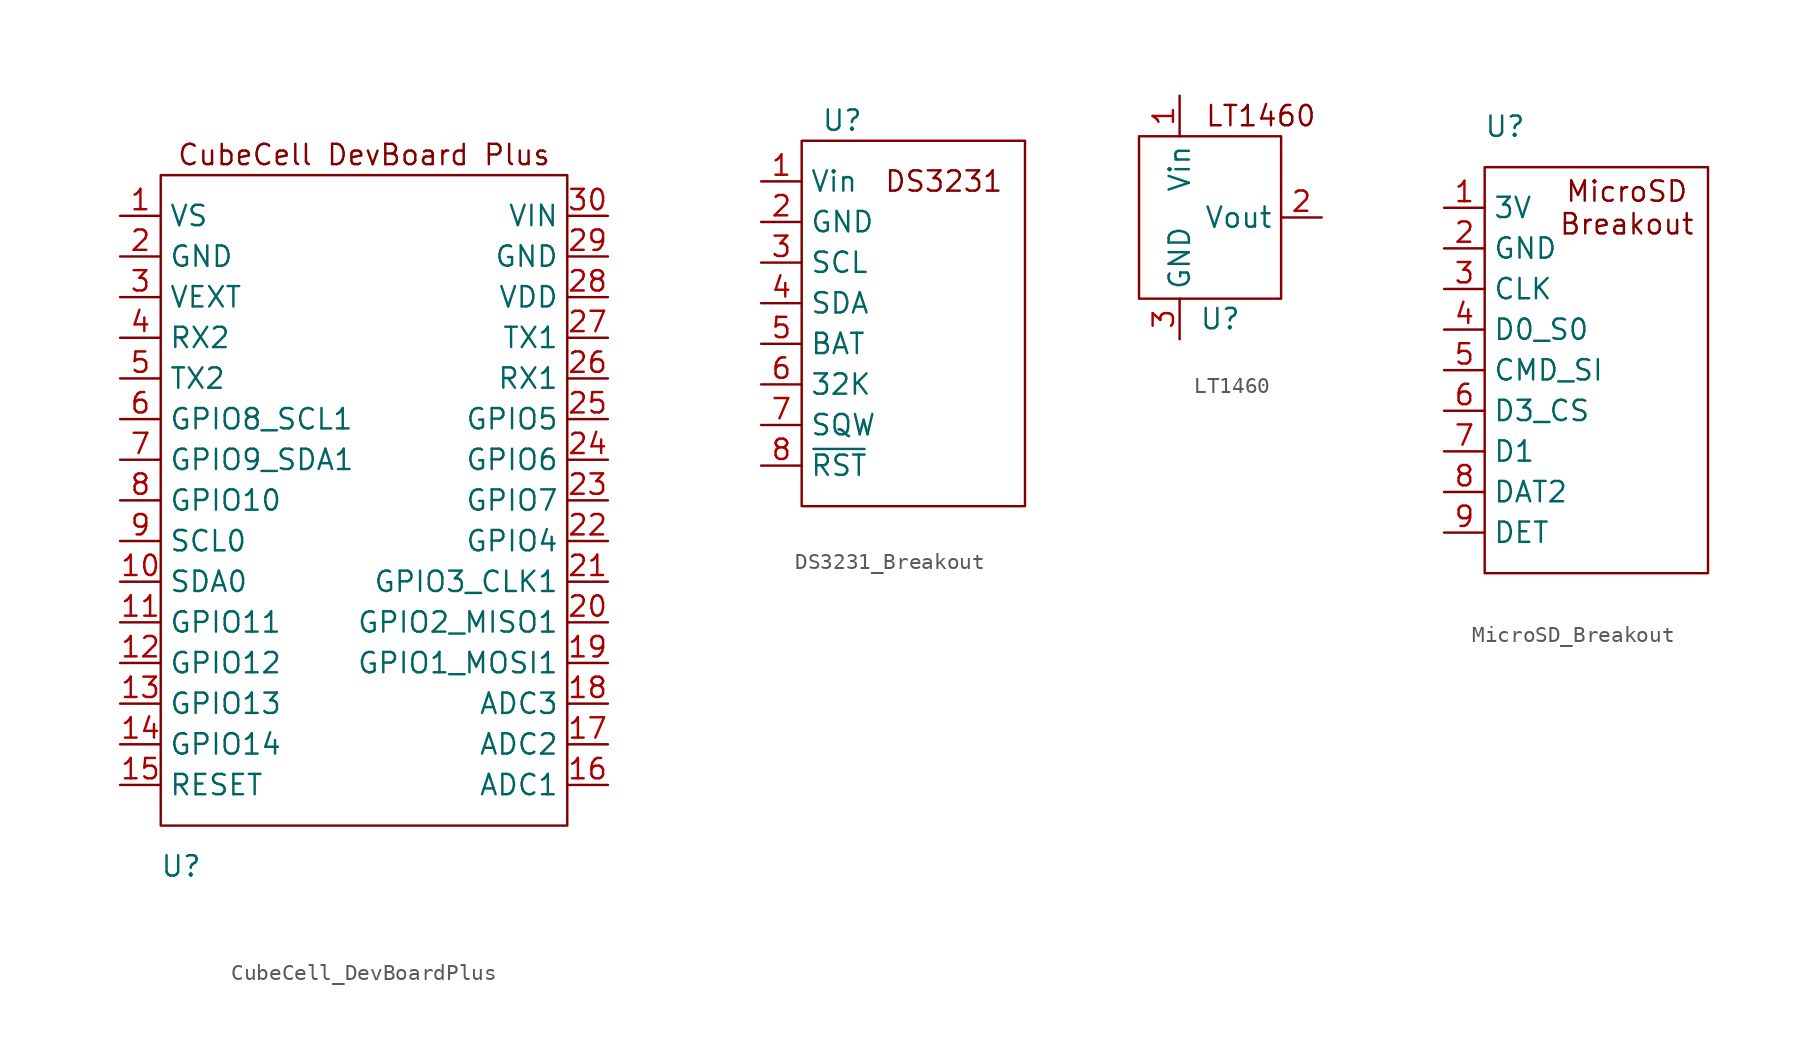
<source format=kicad_sym>
(kicad_symbol_lib
  (version 20220914)
  (generator kicad_symbol_editor)
  (symbol "CubeCell_DevBoardPlus"
    (property "Reference" "U"
      (at 3.81 -40.64 0)
      (effects (font (size 1.27 1.27))))
    (property "Value" ""
      (at 0 0 0)
      (effects (font (size 1.27 1.27))))
    (symbol "CubeCell_DevBoardPlus_0_0"
      (pin unspecified line (at 0 0 0) (length 2.54) (name "VS" (effects (font (size 1.27 1.27)))) (number "1" (effects (font (size 1.27 1.27)))))
      (pin unspecified line (at 0 -22.86 0) (length 2.54) (name "SDA0" (effects (font (size 1.27 1.27)))) (number "10" (effects (font (size 1.27 1.27)))))
      (pin unspecified line (at 0 -25.4 0) (length 2.54) (name "GPIO11" (effects (font (size 1.27 1.27)))) (number "11" (effects (font (size 1.27 1.27)))))
      (pin unspecified line (at 0 -27.94 0) (length 2.54) (name "GPIO12" (effects (font (size 1.27 1.27)))) (number "12" (effects (font (size 1.27 1.27)))))
      (pin unspecified line (at 0 -30.48 0) (length 2.54) (name "GPIO13" (effects (font (size 1.27 1.27)))) (number "13" (effects (font (size 1.27 1.27)))))
      (pin unspecified line (at 0 -35.56 0) (length 2.54) (name "RESET" (effects (font (size 1.27 1.27)))) (number "15" (effects (font (size 1.27 1.27)))))
      (pin unspecified line (at 30.48 -35.56 180) (length 2.54) (name "ADC1" (effects (font (size 1.27 1.27)))) (number "16" (effects (font (size 1.27 1.27)))))
      (pin unspecified line (at 30.48 -33.02 180) (length 2.54) (name "ADC2" (effects (font (size 1.27 1.27)))) (number "17" (effects (font (size 1.27 1.27)))))
      (pin unspecified line (at 30.48 -30.48 180) (length 2.54) (name "ADC3" (effects (font (size 1.27 1.27)))) (number "18" (effects (font (size 1.27 1.27)))))
      (pin unspecified line (at 30.48 -27.94 180) (length 2.54) (name "GPIO1_MOSI1" (effects (font (size 1.27 1.27)))) (number "19" (effects (font (size 1.27 1.27)))))
      (pin unspecified line (at 0 -2.54 0) (length 2.54) (name "GND" (effects (font (size 1.27 1.27)))) (number "2" (effects (font (size 1.27 1.27)))))
      (pin unspecified line (at 30.48 -25.4 180) (length 2.54) (name "GPIO2_MISO1" (effects (font (size 1.27 1.27)))) (number "20" (effects (font (size 1.27 1.27)))))
      (pin unspecified line (at 30.48 -22.86 180) (length 2.54) (name "GPIO3_CLK1" (effects (font (size 1.27 1.27)))) (number "21" (effects (font (size 1.27 1.27)))))
      (pin unspecified line (at 30.48 -20.32 180) (length 2.54) (name "GPIO4" (effects (font (size 1.27 1.27)))) (number "22" (effects (font (size 1.27 1.27)))))
      (pin unspecified line (at 30.48 -17.78 180) (length 2.54) (name "GPIO7" (effects (font (size 1.27 1.27)))) (number "23" (effects (font (size 1.27 1.27)))))
      (pin unspecified line (at 30.48 -15.24 180) (length 2.54) (name "GPIO6" (effects (font (size 1.27 1.27)))) (number "24" (effects (font (size 1.27 1.27)))))
      (pin unspecified line (at 30.48 -12.7 180) (length 2.54) (name "GPIO5" (effects (font (size 1.27 1.27)))) (number "25" (effects (font (size 1.27 1.27)))))
      (pin unspecified line (at 30.48 -10.16 180) (length 2.54) (name "RX1" (effects (font (size 1.27 1.27)))) (number "26" (effects (font (size 1.27 1.27)))))
      (pin unspecified line (at 30.48 -7.62 180) (length 2.54) (name "TX1" (effects (font (size 1.27 1.27)))) (number "27" (effects (font (size 1.27 1.27)))))
      (pin unspecified line (at 30.48 -5.08 180) (length 2.54) (name "VDD" (effects (font (size 1.27 1.27)))) (number "28" (effects (font (size 1.27 1.27)))))
      (pin unspecified line (at 30.48 -2.54 180) (length 2.54) (name "GND" (effects (font (size 1.27 1.27)))) (number "29" (effects (font (size 1.27 1.27)))))
      (pin unspecified line (at 0 -5.08 0) (length 2.54) (name "VEXT" (effects (font (size 1.27 1.27)))) (number "3" (effects (font (size 1.27 1.27)))))
      (pin unspecified line (at 30.48 0 180) (length 2.54) (name "VIN" (effects (font (size 1.27 1.27)))) (number "30" (effects (font (size 1.27 1.27)))))
      (pin unspecified line (at 0 -7.62 0) (length 2.54) (name "RX2" (effects (font (size 1.27 1.27)))) (number "4" (effects (font (size 1.27 1.27)))))
      (pin unspecified line (at 0 -10.16 0) (length 2.54) (name "TX2" (effects (font (size 1.27 1.27)))) (number "5" (effects (font (size 1.27 1.27)))))
      (pin unspecified line (at 0 -12.7 0) (length 2.54) (name "GPIO8_SCL1" (effects (font (size 1.27 1.27)))) (number "6" (effects (font (size 1.27 1.27)))))
      (pin unspecified line (at 0 -15.24 0) (length 2.54) (name "GPIO9_SDA1" (effects (font (size 1.27 1.27)))) (number "7" (effects (font (size 1.27 1.27)))))
      (pin unspecified line (at 0 -17.78 0) (length 2.54) (name "GPIO10" (effects (font (size 1.27 1.27)))) (number "8" (effects (font (size 1.27 1.27)))))
      (pin unspecified line (at 0 -20.32 0) (length 2.54) (name "SCL0" (effects (font (size 1.27 1.27)))) (number "9" (effects (font (size 1.27 1.27))))))
    (symbol "CubeCell_DevBoardPlus_0_1"
      (rectangle (start 2.54 2.54) (end 27.94 -38.1) (stroke (width 0) (type default)) (fill (type none))))
    (symbol "CubeCell_DevBoardPlus_1_0"
      (pin unspecified line (at 0 -33.02 0) (length 2.54) (name "GPIO14" (effects (font (size 1.27 1.27)))) (number "14" (effects (font (size 1.27 1.27))))))
    (symbol "CubeCell_DevBoardPlus_1_1"
      (text "CubeCell DevBoard Plus" (at 15.24 3.81 0) (effects (font (size 1.27 1.27))))))
  (symbol "DS3231_Breakout"
    (property "Reference" "U"
      (at 5.08 3.81 0)
      (effects (font (size 1.27 1.27))))
    (property "Value" ""
      (at 0 0 0)
      (effects (font (size 1.27 1.27))))
    (symbol "DS3231_Breakout_0_0"
      (pin unspecified line (at 0 0 0) (length 2.54) (name "Vin" (effects (font (size 1.27 1.27)))) (number "1" (effects (font (size 1.27 1.27)))))
      (pin unspecified line (at 0 -2.54 0) (length 2.54) (name "GND" (effects (font (size 1.27 1.27)))) (number "2" (effects (font (size 1.27 1.27)))))
      (pin unspecified line (at 0 -5.08 0) (length 2.54) (name "SCL" (effects (font (size 1.27 1.27)))) (number "3" (effects (font (size 1.27 1.27)))))
      (pin unspecified line (at 0 -7.62 0) (length 2.54) (name "SDA" (effects (font (size 1.27 1.27)))) (number "4" (effects (font (size 1.27 1.27)))))
      (pin unspecified line (at 0 -10.16 0) (length 2.54) (name "BAT" (effects (font (size 1.27 1.27)))) (number "5" (effects (font (size 1.27 1.27)))))
      (pin unspecified line (at 0 -12.7 0) (length 2.54) (name "32K" (effects (font (size 1.27 1.27)))) (number "6" (effects (font (size 1.27 1.27)))))
      (pin unspecified line (at 0 -15.24 0) (length 2.54) (name "SQW" (effects (font (size 1.27 1.27)))) (number "7" (effects (font (size 1.27 1.27)))))
      (pin unspecified line (at 0 -17.78 0) (length 2.54) (name "~{RST}" (effects (font (size 1.27 1.27)))) (number "8" (effects (font (size 1.27 1.27))))))
    (symbol "DS3231_Breakout_0_1"
      (rectangle (start 2.54 2.54) (end 16.51 -20.32) (stroke (width 0) (type default)) (fill (type none))))
    (symbol "DS3231_Breakout_1_1"
      (text "DS3231" (at 11.43 0 0) (effects (font (size 1.27 1.27))))))
  (symbol "LT1460"
    (property "Reference" "U"
      (at 5.08 -11.43 0)
      (effects (font (size 1.27 1.27))))
    (property "Value" ""
      (at 0 0 0)
      (effects (font (size 1.27 1.27))))
    (symbol "LT1460_0_0"
      (pin unspecified line (at 2.54 2.54 270) (length 2.54) (name "Vin" (effects (font (size 1.27 1.27)))) (number "1" (effects (font (size 1.27 1.27)))))
      (pin unspecified line (at 11.43 -5.08 180) (length 2.54) (name "Vout" (effects (font (size 1.27 1.27)))) (number "2" (effects (font (size 1.27 1.27)))))
      (pin unspecified line (at 2.54 -12.7 90) (length 2.54) (name "GND" (effects (font (size 1.27 1.27)))) (number "3" (effects (font (size 1.27 1.27))))))
    (symbol "LT1460_0_1"
      (rectangle (start 0 0) (end 8.89 -10.16) (stroke (width 0) (type default)) (fill (type none))))
    (symbol "LT1460_1_1"
      (text "LT1460" (at 7.62 1.27 0) (effects (font (size 1.27 1.27))))))
  (symbol "MicroSD_Breakout"
    (property "Reference" "U"
      (at 3.81 5.08 0)
      (effects (font (size 1.27 1.27))))
    (property "Value" ""
      (at 0 0 0)
      (effects (font (size 1.27 1.27))))
    (symbol "MicroSD_Breakout_0_0"
      (pin unspecified line (at 0 0 0) (length 2.54) (name "3V" (effects (font (size 1.27 1.27)))) (number "1" (effects (font (size 1.27 1.27)))))
      (pin unspecified line (at 0 -2.54 0) (length 2.54) (name "GND" (effects (font (size 1.27 1.27)))) (number "2" (effects (font (size 1.27 1.27)))))
      (pin unspecified line (at 0 -5.08 0) (length 2.54) (name "CLK" (effects (font (size 1.27 1.27)))) (number "3" (effects (font (size 1.27 1.27)))))
      (pin unspecified line (at 0 -7.62 0) (length 2.54) (name "D0_S0" (effects (font (size 1.27 1.27)))) (number "4" (effects (font (size 1.27 1.27)))))
      (pin unspecified line (at 0 -10.16 0) (length 2.54) (name "CMD_SI" (effects (font (size 1.27 1.27)))) (number "5" (effects (font (size 1.27 1.27)))))
      (pin unspecified line (at 0 -12.7 0) (length 2.54) (name "D3_CS" (effects (font (size 1.27 1.27)))) (number "6" (effects (font (size 1.27 1.27)))))
      (pin unspecified line (at 0 -15.24 0) (length 2.54) (name "D1" (effects (font (size 1.27 1.27)))) (number "7" (effects (font (size 1.27 1.27)))))
      (pin unspecified line (at 0 -17.78 0) (length 2.54) (name "DAT2" (effects (font (size 1.27 1.27)))) (number "8" (effects (font (size 1.27 1.27)))))
      (pin unspecified line (at 0 -20.32 0) (length 2.54) (name "DET" (effects (font (size 1.27 1.27)))) (number "9" (effects (font (size 1.27 1.27))))))
    (symbol "MicroSD_Breakout_0_1"
      (rectangle (start 2.54 2.54) (end 16.51 -22.86) (stroke (width 0) (type default)) (fill (type none))))
    (symbol "MicroSD_Breakout_1_1"
      (text "MicroSD\nBreakout" (at 11.43 0 0) (effects (font (size 1.27 1.27)))))))
</source>
